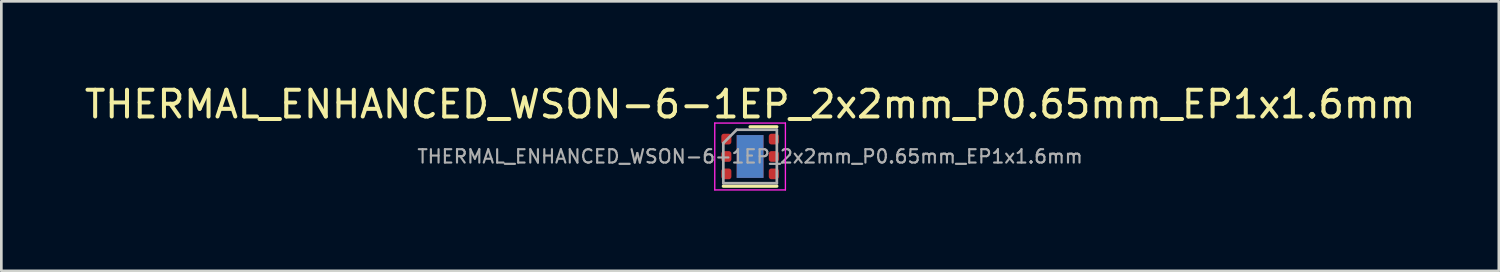
<source format=kicad_pcb>
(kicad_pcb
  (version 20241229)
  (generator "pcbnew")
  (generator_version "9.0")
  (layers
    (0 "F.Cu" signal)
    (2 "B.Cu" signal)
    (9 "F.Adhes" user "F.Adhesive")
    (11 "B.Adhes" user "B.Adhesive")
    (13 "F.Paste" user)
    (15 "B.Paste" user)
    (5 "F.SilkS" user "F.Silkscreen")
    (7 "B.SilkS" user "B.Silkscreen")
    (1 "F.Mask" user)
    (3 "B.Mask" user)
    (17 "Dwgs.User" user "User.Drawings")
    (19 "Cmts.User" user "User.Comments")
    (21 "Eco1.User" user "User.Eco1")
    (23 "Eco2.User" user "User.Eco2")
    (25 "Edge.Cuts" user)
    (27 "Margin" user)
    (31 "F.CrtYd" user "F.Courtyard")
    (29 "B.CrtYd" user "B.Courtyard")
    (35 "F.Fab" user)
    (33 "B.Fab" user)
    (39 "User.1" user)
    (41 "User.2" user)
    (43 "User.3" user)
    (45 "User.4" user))
  (footprint "THERMAL_ENHANCED_WSON-6-1EP_2x2mm_P0.65mm_EP1x1.6mm"
    (layer "F.Cu")
    (at 24.982 2.798)
    (property "Reference" "THERMAL_ENHANCED_WSON-6-1EP_2x2mm_P0.65mm_EP1x1.6mm" (at 0 -1.95 0) (layer "F.SilkS") (effects (font (size 1 1) (thickness 0.15))))
    (attr smd)
    (fp_line (start -1 1.11) (end 1 1.11) (stroke (width 0.12) (type solid)) (layer "F.SilkS"))
    (fp_line (start 0 -1.11) (end 1 -1.11) (stroke (width 0.12) (type solid)) (layer "F.SilkS"))
    (fp_line (start -1.32 -1.25) (end -1.32 1.25) (stroke (width 0.05) (type solid)) (layer "F.CrtYd"))
    (fp_line (start -1.32 1.25) (end 1.32 1.25) (stroke (width 0.05) (type solid)) (layer "F.CrtYd"))
    (fp_line (start 1.32 -1.25) (end -1.32 -1.25) (stroke (width 0.05) (type solid)) (layer "F.CrtYd"))
    (fp_line (start 1.32 1.25) (end 1.32 -1.25) (stroke (width 0.05) (type solid)) (layer "F.CrtYd"))
    (fp_line (start -1 -0.5) (end -0.5 -1) (stroke (width 0.1) (type solid)) (layer "F.Fab"))
    (fp_line (start -1 1) (end -1 -0.5) (stroke (width 0.1) (type solid)) (layer "F.Fab"))
    (fp_line (start -0.5 -1) (end 1 -1) (stroke (width 0.1) (type solid)) (layer "F.Fab"))
    (fp_line (start 1 -1) (end 1 1) (stroke (width 0.1) (type solid)) (layer "F.Fab"))
    (fp_line (start 1 1) (end -1 1) (stroke (width 0.1) (type solid)) (layer "F.Fab"))
    (fp_text user "${REFERENCE}" (at 0 0 0) (layer "F.Fab") (effects (font (size 0.5 0.5) (thickness 0.08))))
    (pad "1" smd roundrect (at -0.887 -0.65) (size 0.375 0.4) (layers "F.Cu" "F.Mask" "F.Paste") (roundrect_rratio 0.25))
    (pad "2" smd roundrect (at -0.887 0) (size 0.375 0.4) (layers "F.Cu" "F.Mask" "F.Paste") (roundrect_rratio 0.25))
    (pad "3" smd roundrect (at -0.887 0.65) (size 0.375 0.4) (layers "F.Cu" "F.Mask" "F.Paste") (roundrect_rratio 0.25))
    (pad "4" smd roundrect (at 0.887 0.65) (size 0.375 0.4) (layers "F.Cu" "F.Mask" "F.Paste") (roundrect_rratio 0.25))
    (pad "5" smd roundrect (at 0.887 0) (size 0.375 0.4) (layers "F.Cu" "F.Mask" "F.Paste") (roundrect_rratio 0.25))
    (pad "6" smd roundrect (at 0.887 -0.65) (size 0.375 0.4) (layers "F.Cu" "F.Mask" "F.Paste") (roundrect_rratio 0.25))
    (pad "7" smd rect (at 0 0) (size 1 1.6) (layers "F.Cu" "F.Mask"))
    (pad "7" smd rect (at 0 0) (size 1 1.6) (layers "B.Cu" "B.Mask")))
  (gr_rect
    (start -3 -3)
    (end 52.964 7.073)
    (stroke (width 0.1) (type default))
    (fill no)
    (layer "Edge.Cuts")))
</source>
